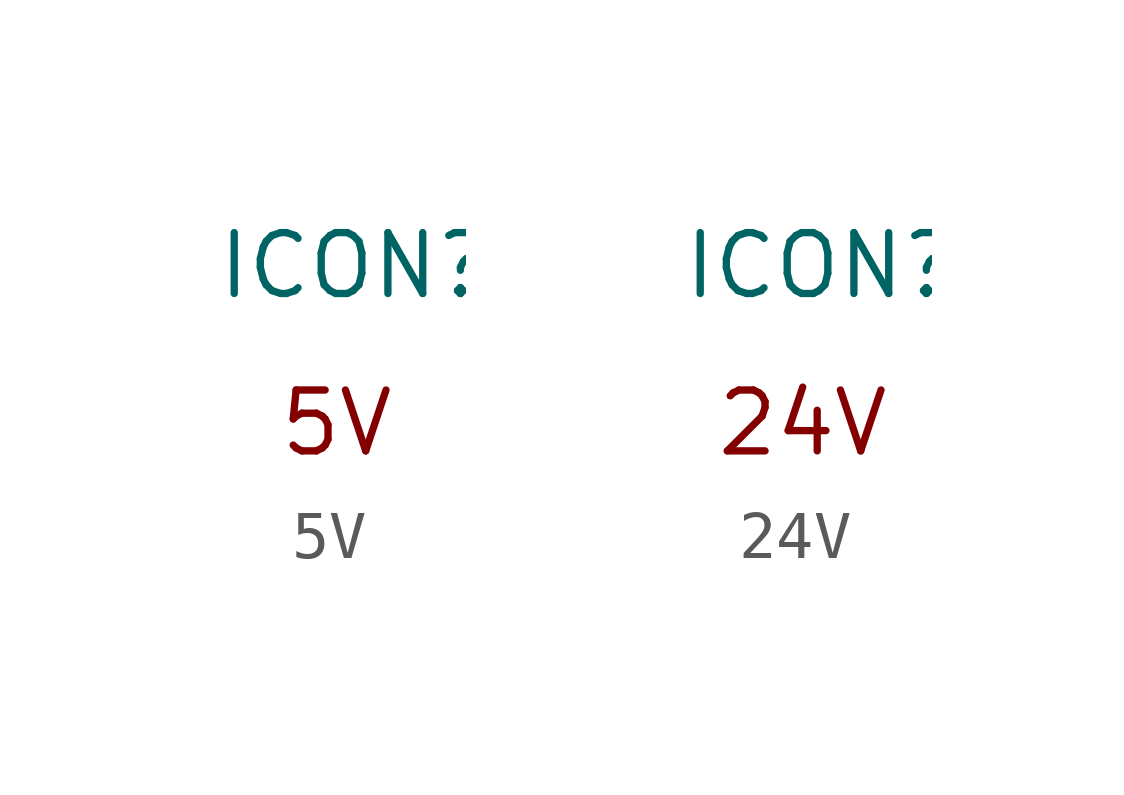
<source format=kicad_sym>
(kicad_symbol_lib
  (version 20220914)
  (generator kicad_symbol_editor)
  (symbol "5V"
    (property "Reference" "ICON"
      (at -2.54 2.54 0)
      (effects (font (size 1.27 1.27)) (justify left bottom)))
    (symbol "5V_1_1"
      (text "5V" (at 0 0 0) (effects (font (size 1.27 1.27))))))
  (symbol "24V"
    (property "Reference" "ICON"
      (at -2.54 2.54 0)
      (effects (font (size 1.27 1.27)) (justify left bottom)))
    (symbol "24V_1_1"
      (text "24V" (at 0 0 0) (effects (font (size 1.27 1.27)))))))
</source>
